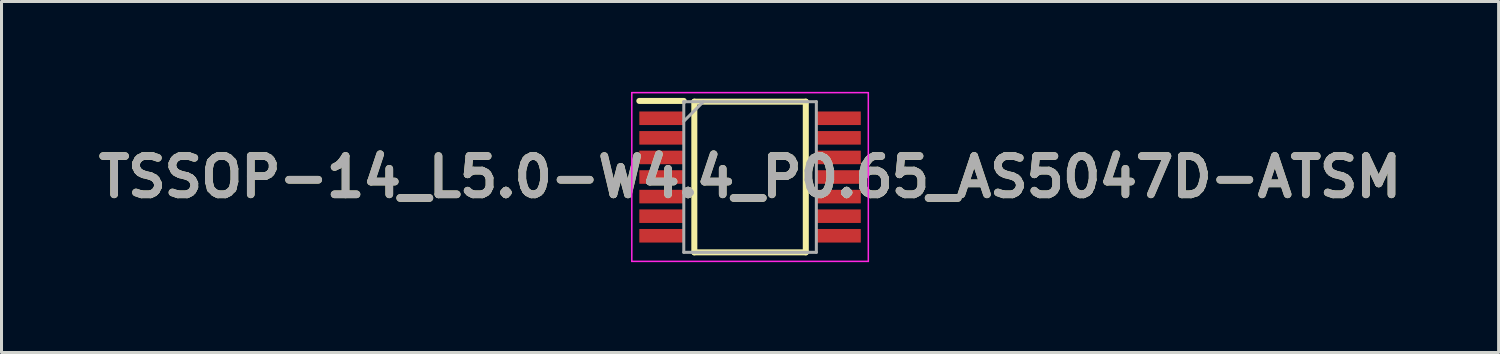
<source format=kicad_pcb>
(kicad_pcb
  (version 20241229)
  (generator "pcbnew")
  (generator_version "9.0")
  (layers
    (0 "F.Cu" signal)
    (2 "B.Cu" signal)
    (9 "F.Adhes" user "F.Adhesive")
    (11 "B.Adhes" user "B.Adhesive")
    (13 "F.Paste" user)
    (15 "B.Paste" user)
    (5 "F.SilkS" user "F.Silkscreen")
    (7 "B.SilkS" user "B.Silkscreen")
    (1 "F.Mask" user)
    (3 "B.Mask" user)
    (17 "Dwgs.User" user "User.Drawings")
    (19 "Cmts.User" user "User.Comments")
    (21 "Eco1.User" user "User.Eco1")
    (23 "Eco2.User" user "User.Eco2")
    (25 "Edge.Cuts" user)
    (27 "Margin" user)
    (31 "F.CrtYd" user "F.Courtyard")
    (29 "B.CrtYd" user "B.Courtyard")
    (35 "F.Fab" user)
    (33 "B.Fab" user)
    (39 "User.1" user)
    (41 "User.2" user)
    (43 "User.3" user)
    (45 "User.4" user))
  (footprint "TSSOP-14_L5.0-W4.4_P0.65_AS5047D-ATSM"
    (layer "F.Cu")
    (at 21.844 2.825)
    (property "Reference" "TSSOP-14_L5.0-W4.4_P0.65_AS5047D-ATSM" (at 0 0 0) (layer "F.SilkS") (effects (font (size 1.27 1.27) (thickness 0.254))))
    (attr smd)
    (fp_line (start -3.675 -2.525) (end -2.2 -2.525) (stroke (width 0.2) (type solid)) (layer "F.SilkS"))
    (fp_line (start -1.85 -2.5) (end 1.85 -2.5) (stroke (width 0.2) (type solid)) (layer "F.SilkS"))
    (fp_line (start -1.85 2.5) (end -1.85 -2.5) (stroke (width 0.2) (type solid)) (layer "F.SilkS"))
    (fp_line (start 1.85 -2.5) (end 1.85 2.5) (stroke (width 0.2) (type solid)) (layer "F.SilkS"))
    (fp_line (start 1.85 2.5) (end -1.85 2.5) (stroke (width 0.2) (type solid)) (layer "F.SilkS"))
    (fp_line (start -3.925 -2.8) (end 3.925 -2.8) (stroke (width 0.05) (type solid)) (layer "F.CrtYd"))
    (fp_line (start -3.925 2.8) (end -3.925 -2.8) (stroke (width 0.05) (type solid)) (layer "F.CrtYd"))
    (fp_line (start 3.925 -2.8) (end 3.925 2.8) (stroke (width 0.05) (type solid)) (layer "F.CrtYd"))
    (fp_line (start 3.925 2.8) (end -3.925 2.8) (stroke (width 0.05) (type solid)) (layer "F.CrtYd"))
    (fp_line (start -2.2 -2.5) (end 2.2 -2.5) (stroke (width 0.1) (type solid)) (layer "F.Fab"))
    (fp_line (start -2.2 -1.85) (end -1.55 -2.5) (stroke (width 0.1) (type solid)) (layer "F.Fab"))
    (fp_line (start -2.2 2.5) (end -2.2 -2.5) (stroke (width 0.1) (type solid)) (layer "F.Fab"))
    (fp_line (start 2.2 -2.5) (end 2.2 2.5) (stroke (width 0.1) (type solid)) (layer "F.Fab"))
    (fp_line (start 2.2 2.5) (end -2.2 2.5) (stroke (width 0.1) (type solid)) (layer "F.Fab"))
    (fp_text user "${REFERENCE}" (at 0 0 0) (layer "F.Fab") (effects (font (size 1.27 1.27) (thickness 0.254))))
    (pad "1" smd rect (at -2.938 -1.95 90) (size 0.45 1.475) (layers "F.Cu" "F.Mask" "F.Paste"))
    (pad "2" smd rect (at -2.938 -1.3 90) (size 0.45 1.475) (layers "F.Cu" "F.Mask" "F.Paste"))
    (pad "3" smd rect (at -2.938 -0.65 90) (size 0.45 1.475) (layers "F.Cu" "F.Mask" "F.Paste"))
    (pad "4" smd rect (at -2.938 0 90) (size 0.45 1.475) (layers "F.Cu" "F.Mask" "F.Paste"))
    (pad "5" smd rect (at -2.938 0.65 90) (size 0.45 1.475) (layers "F.Cu" "F.Mask" "F.Paste"))
    (pad "6" smd rect (at -2.938 1.3 90) (size 0.45 1.475) (layers "F.Cu" "F.Mask" "F.Paste"))
    (pad "7" smd rect (at -2.938 1.95 90) (size 0.45 1.475) (layers "F.Cu" "F.Mask" "F.Paste"))
    (pad "8" smd rect (at 2.938 1.95 90) (size 0.45 1.475) (layers "F.Cu" "F.Mask" "F.Paste"))
    (pad "9" smd rect (at 2.938 1.3 90) (size 0.45 1.475) (layers "F.Cu" "F.Mask" "F.Paste"))
    (pad "10" smd rect (at 2.938 0.65 90) (size 0.45 1.475) (layers "F.Cu" "F.Mask" "F.Paste"))
    (pad "11" smd rect (at 2.938 0 90) (size 0.45 1.475) (layers "F.Cu" "F.Mask" "F.Paste"))
    (pad "12" smd rect (at 2.938 -0.65 90) (size 0.45 1.475) (layers "F.Cu" "F.Mask" "F.Paste"))
    (pad "13" smd rect (at 2.938 -1.3 90) (size 0.45 1.475) (layers "F.Cu" "F.Mask" "F.Paste"))
    (pad "14" smd rect (at 2.938 -1.95 90) (size 0.45 1.475) (layers "F.Cu" "F.Mask" "F.Paste")))
  (gr_rect
    (start -3 -3)
    (end 46.688 8.65)
    (stroke (width 0.1) (type default))
    (fill no)
    (layer "Edge.Cuts")))
</source>
